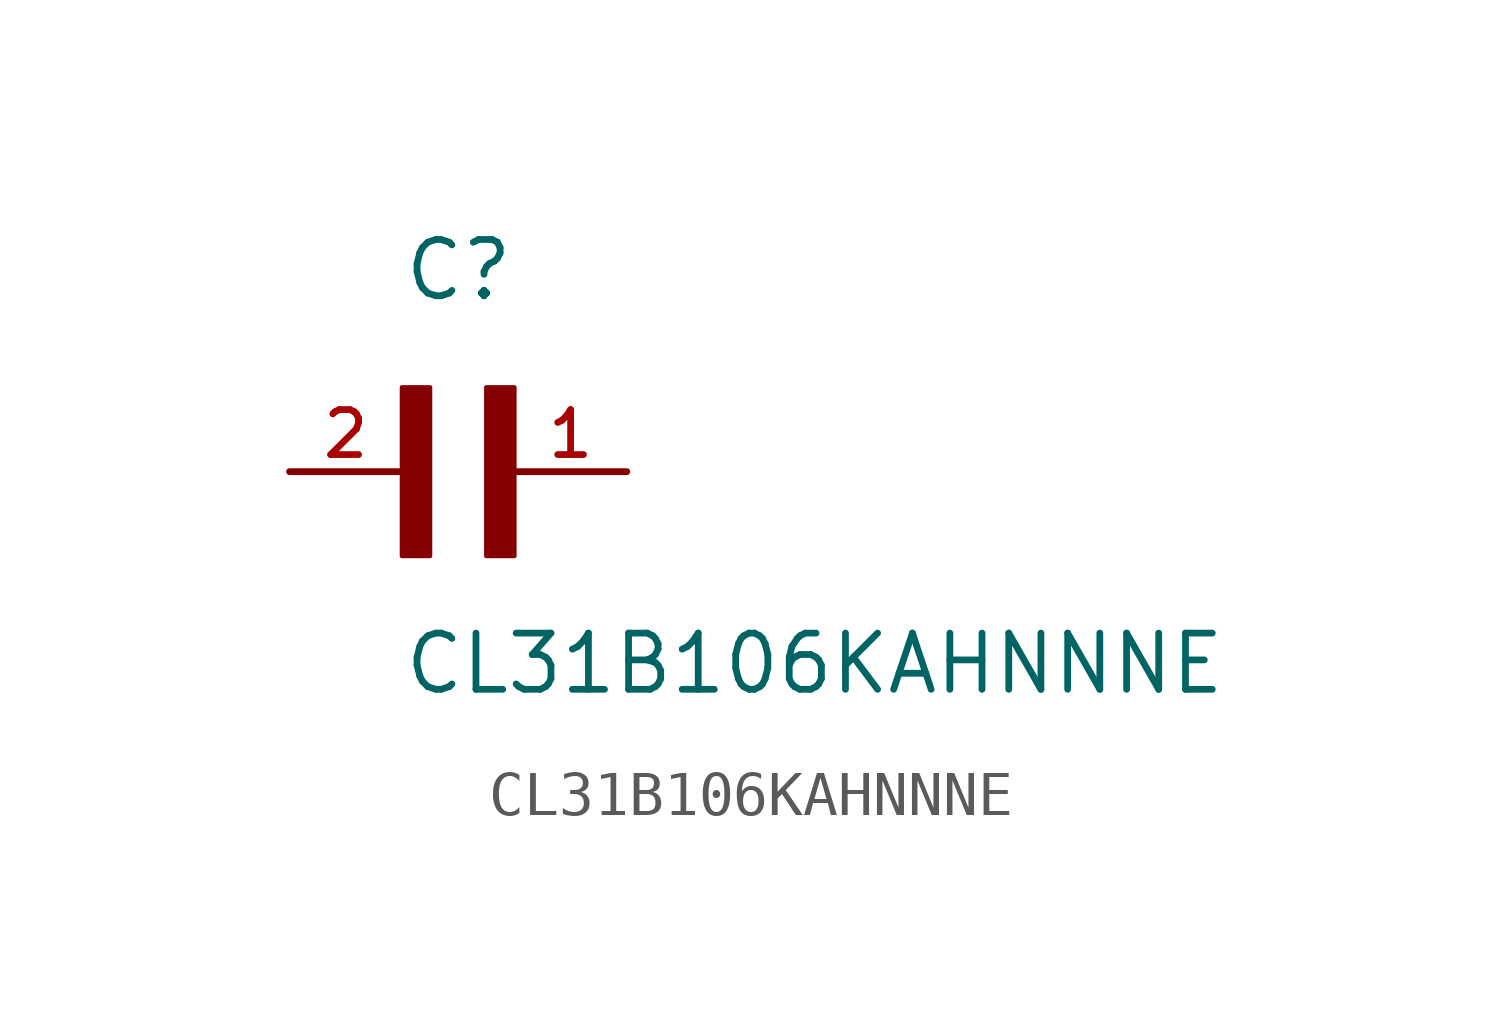
<source format=kicad_sym>
(kicad_symbol_lib
  (version 20211014)
  (generator kicad_symbol_editor)
  (symbol "CL31B106KAHNNNE"
    (pin_names
      (offset 1.016))
    (property "Reference" "C"
      (at 0.0 3.81 0)
      (effects (font (size 1.27 1.27)) (justify bottom left)))
    (property "Value" "CL31B106KAHNNNE"
      (at 0.0 -5.08 0)
      (effects (font (size 1.27 1.27)) (justify bottom left)))
    (symbol "CL31B106KAHNNNE_0_0"
      (rectangle (start 0.0 -1.905) (end 0.635 1.905) (stroke (width 0.1)) (fill (type outline)))
      (rectangle (start 1.905 -1.905) (end 2.54 1.905) (stroke (width 0.1)) (fill (type outline)))
      (pin passive line (at 5.08 0.0 180.0) (length 2.54) (name "~" (effects (font (size 1.016 1.016)))) (number "1" (effects (font (size 1.016 1.016)))))
      (pin passive line (at -2.54 0.0 0) (length 2.54) (name "~" (effects (font (size 1.016 1.016)))) (number "2" (effects (font (size 1.016 1.016))))))))
</source>
